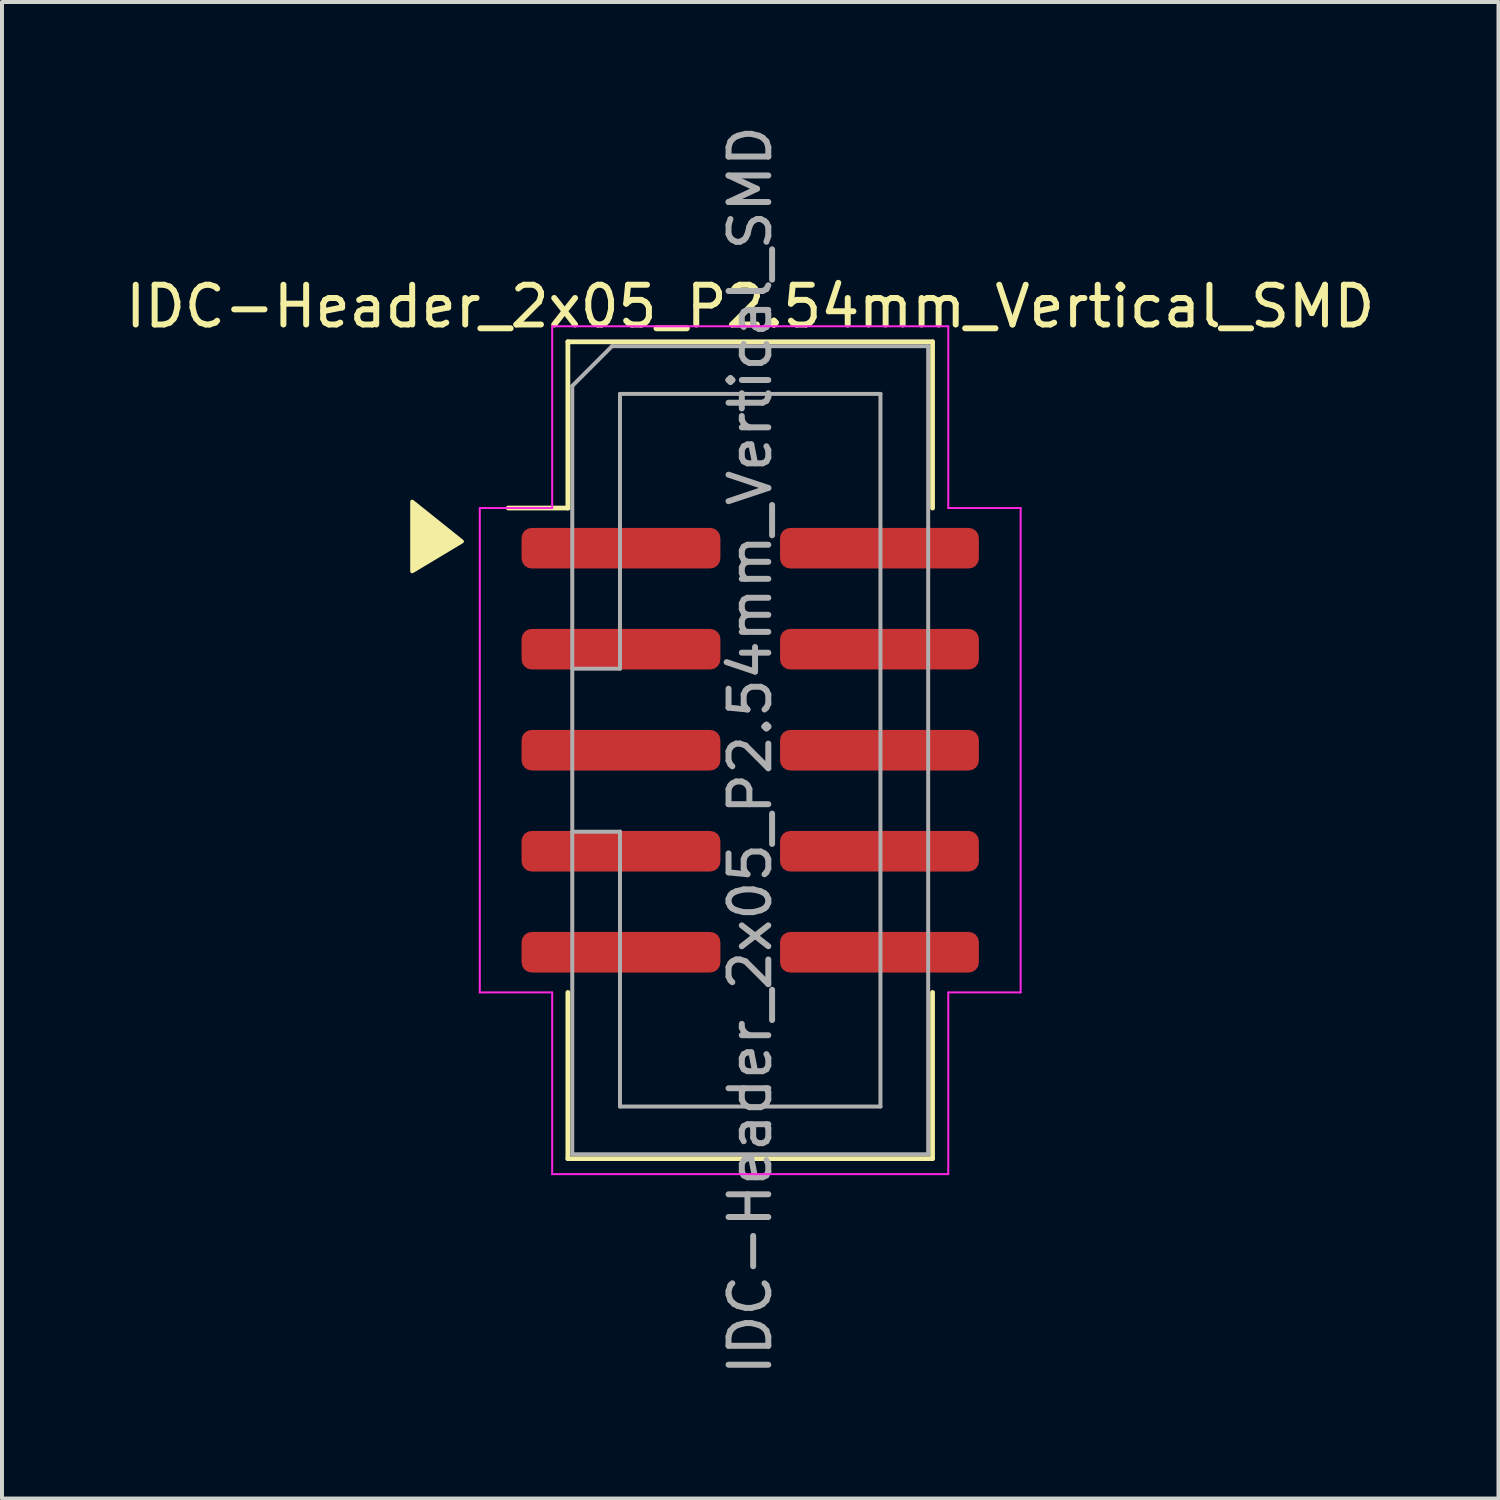
<source format=kicad_pcb>
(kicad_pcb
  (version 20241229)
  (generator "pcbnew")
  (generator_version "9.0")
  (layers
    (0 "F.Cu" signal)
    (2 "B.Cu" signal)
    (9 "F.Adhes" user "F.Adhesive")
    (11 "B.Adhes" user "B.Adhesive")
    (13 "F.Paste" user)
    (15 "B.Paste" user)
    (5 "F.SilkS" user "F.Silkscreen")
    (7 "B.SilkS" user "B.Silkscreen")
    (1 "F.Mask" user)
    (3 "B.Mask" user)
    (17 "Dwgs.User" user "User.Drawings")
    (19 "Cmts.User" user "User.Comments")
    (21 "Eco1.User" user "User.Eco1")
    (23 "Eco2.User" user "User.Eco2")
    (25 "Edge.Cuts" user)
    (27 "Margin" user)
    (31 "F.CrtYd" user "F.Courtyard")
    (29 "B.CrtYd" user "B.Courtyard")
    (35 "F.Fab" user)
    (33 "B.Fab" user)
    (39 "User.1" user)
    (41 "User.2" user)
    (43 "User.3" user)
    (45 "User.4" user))
  (footprint "IDC-Header_2x05_P2.54mm_Vertical_SMD"
    (layer "F.Cu")
    (at 15.815 15.815)
    (property "Reference" "IDC-Header_2x05_P2.54mm_Vertical_SMD" (at 0 -11.16 0) (layer "F.SilkS") (effects (font (size 1 1) (thickness 0.15))))
    (attr smd)
    (fp_line (start -4.585 -10.27) (end 4.585 -10.27) (stroke (width 0.12) (type solid)) (layer "F.SilkS"))
    (fp_line (start -4.585 -6.09) (end -6.085 -6.09) (stroke (width 0.12) (type solid)) (layer "F.SilkS"))
    (fp_line (start -4.585 -6.09) (end -4.585 -10.27) (stroke (width 0.12) (type solid)) (layer "F.SilkS"))
    (fp_line (start -4.585 6.09) (end -4.585 10.27) (stroke (width 0.12) (type solid)) (layer "F.SilkS"))
    (fp_line (start -4.585 10.27) (end 4.585 10.27) (stroke (width 0.12) (type solid)) (layer "F.SilkS"))
    (fp_line (start 4.585 -10.27) (end 4.585 -6.09) (stroke (width 0.12) (type solid)) (layer "F.SilkS"))
    (fp_line (start 4.585 10.27) (end 4.585 6.09) (stroke (width 0.12) (type solid)) (layer "F.SilkS"))
    (fp_poly (pts (xy -7.25 -5.25) (xy -8.5 -6.25) (xy -8.5 -4.5)) (stroke (width 0.1) (type solid)) (fill yes) (layer "F.SilkS"))
    (fp_line (start -6.8 -6.09) (end -6.8 6.09) (stroke (width 0.05) (type solid)) (layer "F.CrtYd"))
    (fp_line (start -6.8 6.09) (end -4.98 6.09) (stroke (width 0.05) (type solid)) (layer "F.CrtYd"))
    (fp_line (start -4.98 -10.66) (end -4.98 -6.09) (stroke (width 0.05) (type solid)) (layer "F.CrtYd"))
    (fp_line (start -4.98 -6.09) (end -6.8 -6.09) (stroke (width 0.05) (type solid)) (layer "F.CrtYd"))
    (fp_line (start -4.98 6.09) (end -4.98 10.66) (stroke (width 0.05) (type solid)) (layer "F.CrtYd"))
    (fp_line (start -4.98 10.66) (end 4.98 10.66) (stroke (width 0.05) (type solid)) (layer "F.CrtYd"))
    (fp_line (start 4.98 -10.66) (end -4.98 -10.66) (stroke (width 0.05) (type solid)) (layer "F.CrtYd"))
    (fp_line (start 4.98 -6.09) (end 4.98 -10.66) (stroke (width 0.05) (type solid)) (layer "F.CrtYd"))
    (fp_line (start 4.98 6.09) (end 6.8 6.09) (stroke (width 0.05) (type solid)) (layer "F.CrtYd"))
    (fp_line (start 4.98 10.66) (end 4.98 6.09) (stroke (width 0.05) (type solid)) (layer "F.CrtYd"))
    (fp_line (start 6.8 -6.09) (end 4.98 -6.09) (stroke (width 0.05) (type solid)) (layer "F.CrtYd"))
    (fp_line (start 6.8 6.09) (end 6.8 -6.09) (stroke (width 0.05) (type solid)) (layer "F.CrtYd"))
    (fp_line (start -4.475 -9.16) (end -3.475 -10.16) (stroke (width 0.1) (type solid)) (layer "F.Fab"))
    (fp_line (start -4.475 -2.05) (end -3.275 -2.05) (stroke (width 0.1) (type solid)) (layer "F.Fab"))
    (fp_line (start -4.475 10.16) (end -4.475 -9.16) (stroke (width 0.1) (type solid)) (layer "F.Fab"))
    (fp_line (start -3.475 -10.16) (end 4.475 -10.16) (stroke (width 0.1) (type solid)) (layer "F.Fab"))
    (fp_line (start -3.275 -8.96) (end 3.275 -8.96) (stroke (width 0.1) (type solid)) (layer "F.Fab"))
    (fp_line (start -3.275 -2.05) (end -3.275 -8.96) (stroke (width 0.1) (type solid)) (layer "F.Fab"))
    (fp_line (start -3.275 2.05) (end -4.475 2.05) (stroke (width 0.1) (type solid)) (layer "F.Fab"))
    (fp_line (start -3.275 2.05) (end -3.275 2.05) (stroke (width 0.1) (type solid)) (layer "F.Fab"))
    (fp_line (start -3.275 8.96) (end -3.275 2.05) (stroke (width 0.1) (type solid)) (layer "F.Fab"))
    (fp_line (start 3.275 -8.96) (end 3.275 8.96) (stroke (width 0.1) (type solid)) (layer "F.Fab"))
    (fp_line (start 3.275 8.96) (end -3.275 8.96) (stroke (width 0.1) (type solid)) (layer "F.Fab"))
    (fp_line (start 4.475 -10.16) (end 4.475 10.16) (stroke (width 0.1) (type solid)) (layer "F.Fab"))
    (fp_line (start 4.475 10.16) (end -4.475 10.16) (stroke (width 0.1) (type solid)) (layer "F.Fab"))
    (fp_text user "${REFERENCE}" (at 0 0 90) (layer "F.Fab") (effects (font (size 1 1) (thickness 0.15))))
    (pad "1" smd roundrect (at -3.25 -5.08) (size 5 1.02) (layers "F.Cu" "F.Mask" "F.Paste") (roundrect_rratio 0.25))
    (pad "2" smd roundrect (at 3.25 -5.08) (size 5 1.02) (layers "F.Cu" "F.Mask" "F.Paste") (roundrect_rratio 0.25))
    (pad "3" smd roundrect (at -3.25 -2.54) (size 5 1.02) (layers "F.Cu" "F.Mask" "F.Paste") (roundrect_rratio 0.25))
    (pad "4" smd roundrect (at 3.25 -2.54) (size 5 1.02) (layers "F.Cu" "F.Mask" "F.Paste") (roundrect_rratio 0.25))
    (pad "5" smd roundrect (at -3.25 0) (size 5 1.02) (layers "F.Cu" "F.Mask" "F.Paste") (roundrect_rratio 0.25))
    (pad "6" smd roundrect (at 3.25 0) (size 5 1.02) (layers "F.Cu" "F.Mask" "F.Paste") (roundrect_rratio 0.25))
    (pad "7" smd roundrect (at -3.25 2.54) (size 5 1.02) (layers "F.Cu" "F.Mask" "F.Paste") (roundrect_rratio 0.25))
    (pad "8" smd roundrect (at 3.25 2.54) (size 5 1.02) (layers "F.Cu" "F.Mask" "F.Paste") (roundrect_rratio 0.25))
    (pad "9" smd roundrect (at -3.25 5.08) (size 5 1.02) (layers "F.Cu" "F.Mask" "F.Paste") (roundrect_rratio 0.25))
    (pad "10" smd roundrect (at 3.25 5.08) (size 5 1.02) (layers "F.Cu" "F.Mask" "F.Paste") (roundrect_rratio 0.25)))
  (gr_rect
    (start -3 -3)
    (end 34.631 34.631)
    (stroke (width 0.1) (type default))
    (fill no)
    (layer "Edge.Cuts")))
</source>
